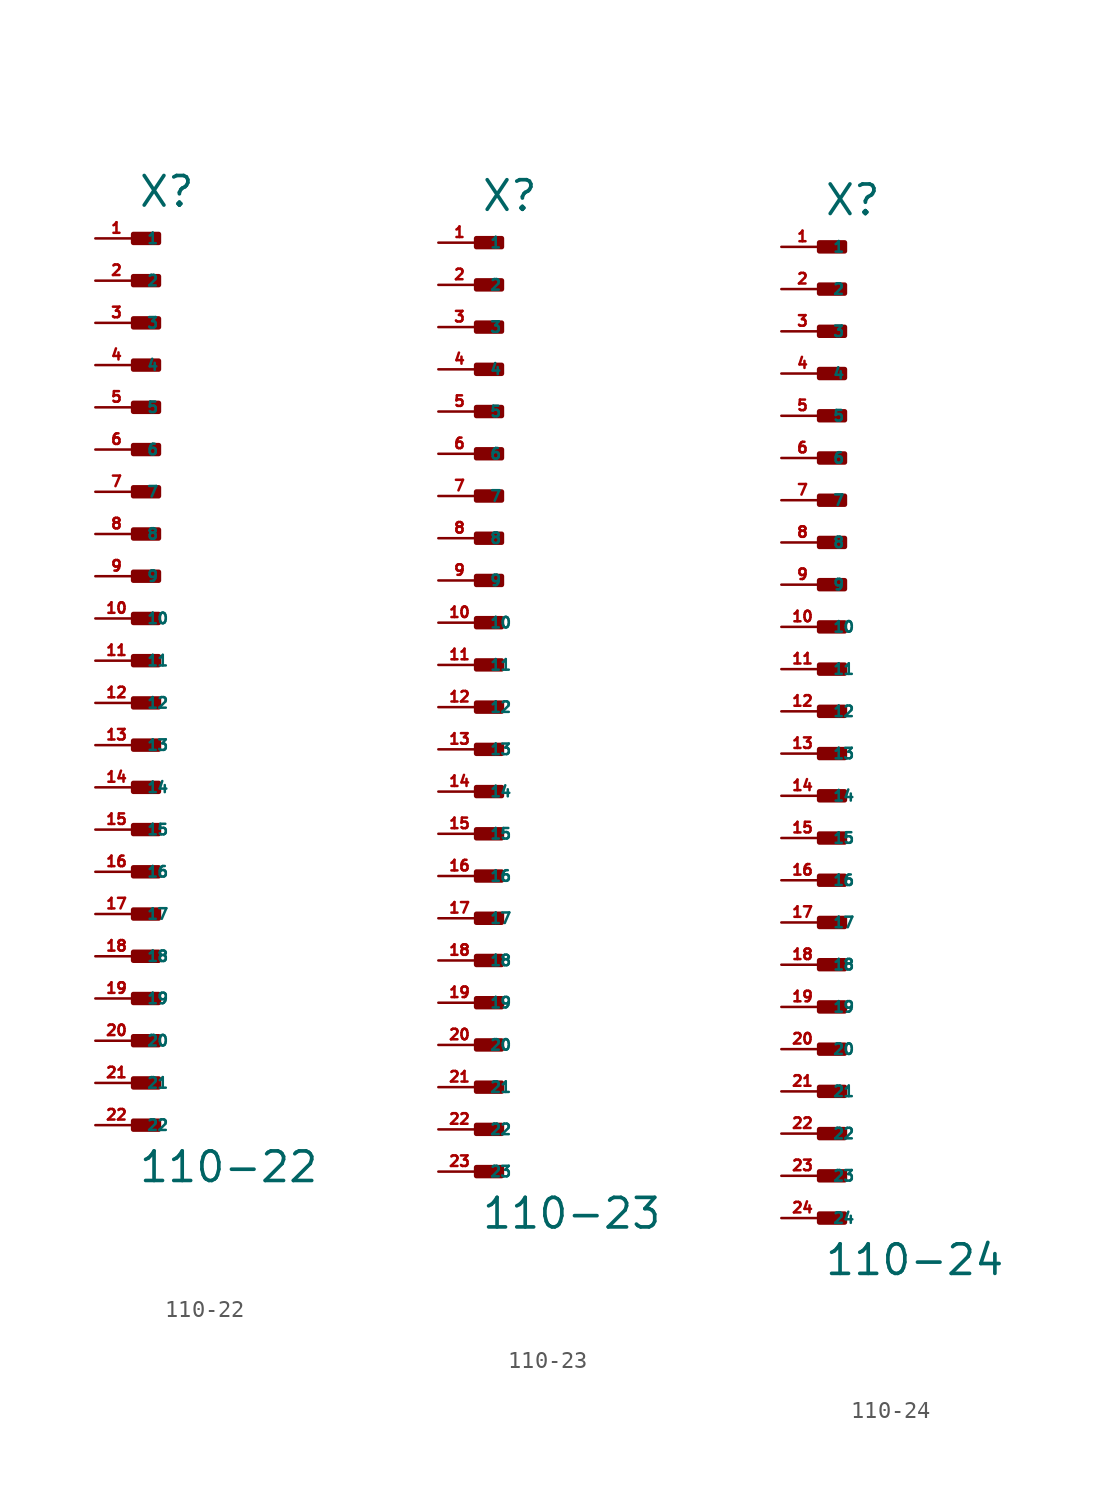
<source format=kicad_sym>
(kicad_symbol_lib
  (version 20220914)
  (generator Eagle2Kicad)
  (symbol "110-22"
    (property "Reference" "X"
      (at 0 27.178 0)
      (effects (font (size 1.778 1.778) (thickness 0.22)) (justify left bottom)))
    (property "Value" "110-22"
      (at 0 -31.496 0)
      (effects (font (size 1.778 1.778) (thickness 0.22)) (justify left bottom)))
    (rectangle
      (start -0.254 25.146)
      (end 1.27 25.654)
      (stroke (width 0.3) (type default))
      (fill (type outline)))
    (rectangle
      (start -0.254 22.606)
      (end 1.27 23.114)
      (stroke (width 0.3) (type default))
      (fill (type outline)))
    (rectangle
      (start -0.254 20.066)
      (end 1.27 20.574)
      (stroke (width 0.3) (type default))
      (fill (type outline)))
    (rectangle
      (start -0.254 17.526)
      (end 1.27 18.034)
      (stroke (width 0.3) (type default))
      (fill (type outline)))
    (rectangle
      (start -0.254 14.986)
      (end 1.27 15.494)
      (stroke (width 0.3) (type default))
      (fill (type outline)))
    (rectangle
      (start -0.254 12.446)
      (end 1.27 12.954)
      (stroke (width 0.3) (type default))
      (fill (type outline)))
    (rectangle
      (start -0.254 9.906)
      (end 1.27 10.414)
      (stroke (width 0.3) (type default))
      (fill (type outline)))
    (rectangle
      (start -0.254 7.366)
      (end 1.27 7.874)
      (stroke (width 0.3) (type default))
      (fill (type outline)))
    (rectangle
      (start -0.254 4.826)
      (end 1.27 5.334)
      (stroke (width 0.3) (type default))
      (fill (type outline)))
    (rectangle
      (start -0.254 2.286)
      (end 1.27 2.794)
      (stroke (width 0.3) (type default))
      (fill (type outline)))
    (rectangle
      (start -0.254 -0.254)
      (end 1.27 0.254)
      (stroke (width 0.3) (type default))
      (fill (type outline)))
    (rectangle
      (start -0.254 -2.794)
      (end 1.27 -2.286)
      (stroke (width 0.3) (type default))
      (fill (type outline)))
    (rectangle
      (start -0.254 -5.334)
      (end 1.27 -4.826)
      (stroke (width 0.3) (type default))
      (fill (type outline)))
    (rectangle
      (start -0.254 -7.874)
      (end 1.27 -7.366)
      (stroke (width 0.3) (type default))
      (fill (type outline)))
    (rectangle
      (start -0.254 -10.414)
      (end 1.27 -9.906)
      (stroke (width 0.3) (type default))
      (fill (type outline)))
    (rectangle
      (start -0.254 -12.954)
      (end 1.27 -12.446)
      (stroke (width 0.3) (type default))
      (fill (type outline)))
    (rectangle
      (start -0.254 -15.494)
      (end 1.27 -14.986)
      (stroke (width 0.3) (type default))
      (fill (type outline)))
    (rectangle
      (start -0.254 -18.034)
      (end 1.27 -17.526)
      (stroke (width 0.3) (type default))
      (fill (type outline)))
    (rectangle
      (start -0.254 -20.574)
      (end 1.27 -20.066)
      (stroke (width 0.3) (type default))
      (fill (type outline)))
    (rectangle
      (start -0.254 -23.114)
      (end 1.27 -22.606)
      (stroke (width 0.3) (type default))
      (fill (type outline)))
    (rectangle
      (start -0.254 -25.654)
      (end 1.27 -25.146)
      (stroke (width 0.3) (type default))
      (fill (type outline)))
    (rectangle
      (start -0.254 -28.194)
      (end 1.27 -27.686)
      (stroke (width 0.3) (type default))
      (fill (type outline)))
    (pin passive line
      (at -2.54 25.4 0)
      (length 2.54)
      (name "1" (effects (font (size 0.635 0.635) (thickness 0.08)) (justify left bottom)))
      (number "1" (effects (font (size 0.635 0.635) (thickness 0.08)) (justify left bottom))))
    (pin passive line
      (at -2.54 22.86 0)
      (length 2.54)
      (name "2" (effects (font (size 0.635 0.635) (thickness 0.08)) (justify left bottom)))
      (number "2" (effects (font (size 0.635 0.635) (thickness 0.08)) (justify left bottom))))
    (pin passive line
      (at -2.54 20.32 0)
      (length 2.54)
      (name "3" (effects (font (size 0.635 0.635) (thickness 0.08)) (justify left bottom)))
      (number "3" (effects (font (size 0.635 0.635) (thickness 0.08)) (justify left bottom))))
    (pin passive line
      (at -2.54 17.78 0)
      (length 2.54)
      (name "4" (effects (font (size 0.635 0.635) (thickness 0.08)) (justify left bottom)))
      (number "4" (effects (font (size 0.635 0.635) (thickness 0.08)) (justify left bottom))))
    (pin passive line
      (at -2.54 15.24 0)
      (length 2.54)
      (name "5" (effects (font (size 0.635 0.635) (thickness 0.08)) (justify left bottom)))
      (number "5" (effects (font (size 0.635 0.635) (thickness 0.08)) (justify left bottom))))
    (pin passive line
      (at -2.54 12.7 0)
      (length 2.54)
      (name "6" (effects (font (size 0.635 0.635) (thickness 0.08)) (justify left bottom)))
      (number "6" (effects (font (size 0.635 0.635) (thickness 0.08)) (justify left bottom))))
    (pin passive line
      (at -2.54 10.16 0)
      (length 2.54)
      (name "7" (effects (font (size 0.635 0.635) (thickness 0.08)) (justify left bottom)))
      (number "7" (effects (font (size 0.635 0.635) (thickness 0.08)) (justify left bottom))))
    (pin passive line
      (at -2.54 7.62 0)
      (length 2.54)
      (name "8" (effects (font (size 0.635 0.635) (thickness 0.08)) (justify left bottom)))
      (number "8" (effects (font (size 0.635 0.635) (thickness 0.08)) (justify left bottom))))
    (pin passive line
      (at -2.54 5.08 0)
      (length 2.54)
      (name "9" (effects (font (size 0.635 0.635) (thickness 0.08)) (justify left bottom)))
      (number "9" (effects (font (size 0.635 0.635) (thickness 0.08)) (justify left bottom))))
    (pin passive line
      (at -2.54 2.54 0)
      (length 2.54)
      (name "10" (effects (font (size 0.635 0.635) (thickness 0.08)) (justify left bottom)))
      (number "10" (effects (font (size 0.635 0.635) (thickness 0.08)) (justify left bottom))))
    (pin passive line
      (at -2.54 0 0)
      (length 2.54)
      (name "11" (effects (font (size 0.635 0.635) (thickness 0.08)) (justify left bottom)))
      (number "11" (effects (font (size 0.635 0.635) (thickness 0.08)) (justify left bottom))))
    (pin passive line
      (at -2.54 -2.54 0)
      (length 2.54)
      (name "12" (effects (font (size 0.635 0.635) (thickness 0.08)) (justify left bottom)))
      (number "12" (effects (font (size 0.635 0.635) (thickness 0.08)) (justify left bottom))))
    (pin passive line
      (at -2.54 -5.08 0)
      (length 2.54)
      (name "13" (effects (font (size 0.635 0.635) (thickness 0.08)) (justify left bottom)))
      (number "13" (effects (font (size 0.635 0.635) (thickness 0.08)) (justify left bottom))))
    (pin passive line
      (at -2.54 -7.62 0)
      (length 2.54)
      (name "14" (effects (font (size 0.635 0.635) (thickness 0.08)) (justify left bottom)))
      (number "14" (effects (font (size 0.635 0.635) (thickness 0.08)) (justify left bottom))))
    (pin passive line
      (at -2.54 -10.16 0)
      (length 2.54)
      (name "15" (effects (font (size 0.635 0.635) (thickness 0.08)) (justify left bottom)))
      (number "15" (effects (font (size 0.635 0.635) (thickness 0.08)) (justify left bottom))))
    (pin passive line
      (at -2.54 -12.7 0)
      (length 2.54)
      (name "16" (effects (font (size 0.635 0.635) (thickness 0.08)) (justify left bottom)))
      (number "16" (effects (font (size 0.635 0.635) (thickness 0.08)) (justify left bottom))))
    (pin passive line
      (at -2.54 -15.24 0)
      (length 2.54)
      (name "17" (effects (font (size 0.635 0.635) (thickness 0.08)) (justify left bottom)))
      (number "17" (effects (font (size 0.635 0.635) (thickness 0.08)) (justify left bottom))))
    (pin passive line
      (at -2.54 -17.78 0)
      (length 2.54)
      (name "18" (effects (font (size 0.635 0.635) (thickness 0.08)) (justify left bottom)))
      (number "18" (effects (font (size 0.635 0.635) (thickness 0.08)) (justify left bottom))))
    (pin passive line
      (at -2.54 -20.32 0)
      (length 2.54)
      (name "19" (effects (font (size 0.635 0.635) (thickness 0.08)) (justify left bottom)))
      (number "19" (effects (font (size 0.635 0.635) (thickness 0.08)) (justify left bottom))))
    (pin passive line
      (at -2.54 -22.86 0)
      (length 2.54)
      (name "20" (effects (font (size 0.635 0.635) (thickness 0.08)) (justify left bottom)))
      (number "20" (effects (font (size 0.635 0.635) (thickness 0.08)) (justify left bottom))))
    (pin passive line
      (at -2.54 -25.4 0)
      (length 2.54)
      (name "21" (effects (font (size 0.635 0.635) (thickness 0.08)) (justify left bottom)))
      (number "21" (effects (font (size 0.635 0.635) (thickness 0.08)) (justify left bottom))))
    (pin passive line
      (at -2.54 -27.94 0)
      (length 2.54)
      (name "22" (effects (font (size 0.635 0.635) (thickness 0.08)) (justify left bottom)))
      (number "22" (effects (font (size 0.635 0.635) (thickness 0.08)) (justify left bottom)))))
  (symbol "110-23"
    (property "Reference" "X"
      (at 0 27.178 0)
      (effects (font (size 1.778 1.778) (thickness 0.22)) (justify left bottom)))
    (property "Value" "110-23"
      (at 0 -34.036 0)
      (effects (font (size 1.778 1.778) (thickness 0.22)) (justify left bottom)))
    (rectangle
      (start -0.254 25.146)
      (end 1.27 25.654)
      (stroke (width 0.3) (type default))
      (fill (type outline)))
    (rectangle
      (start -0.254 22.606)
      (end 1.27 23.114)
      (stroke (width 0.3) (type default))
      (fill (type outline)))
    (rectangle
      (start -0.254 20.066)
      (end 1.27 20.574)
      (stroke (width 0.3) (type default))
      (fill (type outline)))
    (rectangle
      (start -0.254 17.526)
      (end 1.27 18.034)
      (stroke (width 0.3) (type default))
      (fill (type outline)))
    (rectangle
      (start -0.254 14.986)
      (end 1.27 15.494)
      (stroke (width 0.3) (type default))
      (fill (type outline)))
    (rectangle
      (start -0.254 12.446)
      (end 1.27 12.954)
      (stroke (width 0.3) (type default))
      (fill (type outline)))
    (rectangle
      (start -0.254 9.906)
      (end 1.27 10.414)
      (stroke (width 0.3) (type default))
      (fill (type outline)))
    (rectangle
      (start -0.254 7.366)
      (end 1.27 7.874)
      (stroke (width 0.3) (type default))
      (fill (type outline)))
    (rectangle
      (start -0.254 4.826)
      (end 1.27 5.334)
      (stroke (width 0.3) (type default))
      (fill (type outline)))
    (rectangle
      (start -0.254 2.286)
      (end 1.27 2.794)
      (stroke (width 0.3) (type default))
      (fill (type outline)))
    (rectangle
      (start -0.254 -0.254)
      (end 1.27 0.254)
      (stroke (width 0.3) (type default))
      (fill (type outline)))
    (rectangle
      (start -0.254 -2.794)
      (end 1.27 -2.286)
      (stroke (width 0.3) (type default))
      (fill (type outline)))
    (rectangle
      (start -0.254 -5.334)
      (end 1.27 -4.826)
      (stroke (width 0.3) (type default))
      (fill (type outline)))
    (rectangle
      (start -0.254 -7.874)
      (end 1.27 -7.366)
      (stroke (width 0.3) (type default))
      (fill (type outline)))
    (rectangle
      (start -0.254 -10.414)
      (end 1.27 -9.906)
      (stroke (width 0.3) (type default))
      (fill (type outline)))
    (rectangle
      (start -0.254 -12.954)
      (end 1.27 -12.446)
      (stroke (width 0.3) (type default))
      (fill (type outline)))
    (rectangle
      (start -0.254 -15.494)
      (end 1.27 -14.986)
      (stroke (width 0.3) (type default))
      (fill (type outline)))
    (rectangle
      (start -0.254 -18.034)
      (end 1.27 -17.526)
      (stroke (width 0.3) (type default))
      (fill (type outline)))
    (rectangle
      (start -0.254 -20.574)
      (end 1.27 -20.066)
      (stroke (width 0.3) (type default))
      (fill (type outline)))
    (rectangle
      (start -0.254 -23.114)
      (end 1.27 -22.606)
      (stroke (width 0.3) (type default))
      (fill (type outline)))
    (rectangle
      (start -0.254 -25.654)
      (end 1.27 -25.146)
      (stroke (width 0.3) (type default))
      (fill (type outline)))
    (rectangle
      (start -0.254 -28.194)
      (end 1.27 -27.686)
      (stroke (width 0.3) (type default))
      (fill (type outline)))
    (rectangle
      (start -0.254 -30.734)
      (end 1.27 -30.226)
      (stroke (width 0.3) (type default))
      (fill (type outline)))
    (pin passive line
      (at -2.54 25.4 0)
      (length 2.54)
      (name "1" (effects (font (size 0.635 0.635) (thickness 0.08)) (justify left bottom)))
      (number "1" (effects (font (size 0.635 0.635) (thickness 0.08)) (justify left bottom))))
    (pin passive line
      (at -2.54 22.86 0)
      (length 2.54)
      (name "2" (effects (font (size 0.635 0.635) (thickness 0.08)) (justify left bottom)))
      (number "2" (effects (font (size 0.635 0.635) (thickness 0.08)) (justify left bottom))))
    (pin passive line
      (at -2.54 20.32 0)
      (length 2.54)
      (name "3" (effects (font (size 0.635 0.635) (thickness 0.08)) (justify left bottom)))
      (number "3" (effects (font (size 0.635 0.635) (thickness 0.08)) (justify left bottom))))
    (pin passive line
      (at -2.54 17.78 0)
      (length 2.54)
      (name "4" (effects (font (size 0.635 0.635) (thickness 0.08)) (justify left bottom)))
      (number "4" (effects (font (size 0.635 0.635) (thickness 0.08)) (justify left bottom))))
    (pin passive line
      (at -2.54 15.24 0)
      (length 2.54)
      (name "5" (effects (font (size 0.635 0.635) (thickness 0.08)) (justify left bottom)))
      (number "5" (effects (font (size 0.635 0.635) (thickness 0.08)) (justify left bottom))))
    (pin passive line
      (at -2.54 12.7 0)
      (length 2.54)
      (name "6" (effects (font (size 0.635 0.635) (thickness 0.08)) (justify left bottom)))
      (number "6" (effects (font (size 0.635 0.635) (thickness 0.08)) (justify left bottom))))
    (pin passive line
      (at -2.54 10.16 0)
      (length 2.54)
      (name "7" (effects (font (size 0.635 0.635) (thickness 0.08)) (justify left bottom)))
      (number "7" (effects (font (size 0.635 0.635) (thickness 0.08)) (justify left bottom))))
    (pin passive line
      (at -2.54 7.62 0)
      (length 2.54)
      (name "8" (effects (font (size 0.635 0.635) (thickness 0.08)) (justify left bottom)))
      (number "8" (effects (font (size 0.635 0.635) (thickness 0.08)) (justify left bottom))))
    (pin passive line
      (at -2.54 5.08 0)
      (length 2.54)
      (name "9" (effects (font (size 0.635 0.635) (thickness 0.08)) (justify left bottom)))
      (number "9" (effects (font (size 0.635 0.635) (thickness 0.08)) (justify left bottom))))
    (pin passive line
      (at -2.54 2.54 0)
      (length 2.54)
      (name "10" (effects (font (size 0.635 0.635) (thickness 0.08)) (justify left bottom)))
      (number "10" (effects (font (size 0.635 0.635) (thickness 0.08)) (justify left bottom))))
    (pin passive line
      (at -2.54 0 0)
      (length 2.54)
      (name "11" (effects (font (size 0.635 0.635) (thickness 0.08)) (justify left bottom)))
      (number "11" (effects (font (size 0.635 0.635) (thickness 0.08)) (justify left bottom))))
    (pin passive line
      (at -2.54 -2.54 0)
      (length 2.54)
      (name "12" (effects (font (size 0.635 0.635) (thickness 0.08)) (justify left bottom)))
      (number "12" (effects (font (size 0.635 0.635) (thickness 0.08)) (justify left bottom))))
    (pin passive line
      (at -2.54 -5.08 0)
      (length 2.54)
      (name "13" (effects (font (size 0.635 0.635) (thickness 0.08)) (justify left bottom)))
      (number "13" (effects (font (size 0.635 0.635) (thickness 0.08)) (justify left bottom))))
    (pin passive line
      (at -2.54 -7.62 0)
      (length 2.54)
      (name "14" (effects (font (size 0.635 0.635) (thickness 0.08)) (justify left bottom)))
      (number "14" (effects (font (size 0.635 0.635) (thickness 0.08)) (justify left bottom))))
    (pin passive line
      (at -2.54 -10.16 0)
      (length 2.54)
      (name "15" (effects (font (size 0.635 0.635) (thickness 0.08)) (justify left bottom)))
      (number "15" (effects (font (size 0.635 0.635) (thickness 0.08)) (justify left bottom))))
    (pin passive line
      (at -2.54 -12.7 0)
      (length 2.54)
      (name "16" (effects (font (size 0.635 0.635) (thickness 0.08)) (justify left bottom)))
      (number "16" (effects (font (size 0.635 0.635) (thickness 0.08)) (justify left bottom))))
    (pin passive line
      (at -2.54 -15.24 0)
      (length 2.54)
      (name "17" (effects (font (size 0.635 0.635) (thickness 0.08)) (justify left bottom)))
      (number "17" (effects (font (size 0.635 0.635) (thickness 0.08)) (justify left bottom))))
    (pin passive line
      (at -2.54 -17.78 0)
      (length 2.54)
      (name "18" (effects (font (size 0.635 0.635) (thickness 0.08)) (justify left bottom)))
      (number "18" (effects (font (size 0.635 0.635) (thickness 0.08)) (justify left bottom))))
    (pin passive line
      (at -2.54 -20.32 0)
      (length 2.54)
      (name "19" (effects (font (size 0.635 0.635) (thickness 0.08)) (justify left bottom)))
      (number "19" (effects (font (size 0.635 0.635) (thickness 0.08)) (justify left bottom))))
    (pin passive line
      (at -2.54 -22.86 0)
      (length 2.54)
      (name "20" (effects (font (size 0.635 0.635) (thickness 0.08)) (justify left bottom)))
      (number "20" (effects (font (size 0.635 0.635) (thickness 0.08)) (justify left bottom))))
    (pin passive line
      (at -2.54 -25.4 0)
      (length 2.54)
      (name "21" (effects (font (size 0.635 0.635) (thickness 0.08)) (justify left bottom)))
      (number "21" (effects (font (size 0.635 0.635) (thickness 0.08)) (justify left bottom))))
    (pin passive line
      (at -2.54 -27.94 0)
      (length 2.54)
      (name "22" (effects (font (size 0.635 0.635) (thickness 0.08)) (justify left bottom)))
      (number "22" (effects (font (size 0.635 0.635) (thickness 0.08)) (justify left bottom))))
    (pin passive line
      (at -2.54 -30.48 0)
      (length 2.54)
      (name "23" (effects (font (size 0.635 0.635) (thickness 0.08)) (justify left bottom)))
      (number "23" (effects (font (size 0.635 0.635) (thickness 0.08)) (justify left bottom)))))
  (symbol "110-24"
    (property "Reference" "X"
      (at 0 29.718 0)
      (effects (font (size 1.778 1.778) (thickness 0.22)) (justify left bottom)))
    (property "Value" "110-24"
      (at 0 -34.036 0)
      (effects (font (size 1.778 1.778) (thickness 0.22)) (justify left bottom)))
    (rectangle
      (start -0.254 27.686)
      (end 1.27 28.194)
      (stroke (width 0.3) (type default))
      (fill (type outline)))
    (rectangle
      (start -0.254 25.146)
      (end 1.27 25.654)
      (stroke (width 0.3) (type default))
      (fill (type outline)))
    (rectangle
      (start -0.254 22.606)
      (end 1.27 23.114)
      (stroke (width 0.3) (type default))
      (fill (type outline)))
    (rectangle
      (start -0.254 20.066)
      (end 1.27 20.574)
      (stroke (width 0.3) (type default))
      (fill (type outline)))
    (rectangle
      (start -0.254 17.526)
      (end 1.27 18.034)
      (stroke (width 0.3) (type default))
      (fill (type outline)))
    (rectangle
      (start -0.254 14.986)
      (end 1.27 15.494)
      (stroke (width 0.3) (type default))
      (fill (type outline)))
    (rectangle
      (start -0.254 12.446)
      (end 1.27 12.954)
      (stroke (width 0.3) (type default))
      (fill (type outline)))
    (rectangle
      (start -0.254 9.906)
      (end 1.27 10.414)
      (stroke (width 0.3) (type default))
      (fill (type outline)))
    (rectangle
      (start -0.254 7.366)
      (end 1.27 7.874)
      (stroke (width 0.3) (type default))
      (fill (type outline)))
    (rectangle
      (start -0.254 4.826)
      (end 1.27 5.334)
      (stroke (width 0.3) (type default))
      (fill (type outline)))
    (rectangle
      (start -0.254 2.286)
      (end 1.27 2.794)
      (stroke (width 0.3) (type default))
      (fill (type outline)))
    (rectangle
      (start -0.254 -0.254)
      (end 1.27 0.254)
      (stroke (width 0.3) (type default))
      (fill (type outline)))
    (rectangle
      (start -0.254 -2.794)
      (end 1.27 -2.286)
      (stroke (width 0.3) (type default))
      (fill (type outline)))
    (rectangle
      (start -0.254 -5.334)
      (end 1.27 -4.826)
      (stroke (width 0.3) (type default))
      (fill (type outline)))
    (rectangle
      (start -0.254 -7.874)
      (end 1.27 -7.366)
      (stroke (width 0.3) (type default))
      (fill (type outline)))
    (rectangle
      (start -0.254 -10.414)
      (end 1.27 -9.906)
      (stroke (width 0.3) (type default))
      (fill (type outline)))
    (rectangle
      (start -0.254 -12.954)
      (end 1.27 -12.446)
      (stroke (width 0.3) (type default))
      (fill (type outline)))
    (rectangle
      (start -0.254 -15.494)
      (end 1.27 -14.986)
      (stroke (width 0.3) (type default))
      (fill (type outline)))
    (rectangle
      (start -0.254 -18.034)
      (end 1.27 -17.526)
      (stroke (width 0.3) (type default))
      (fill (type outline)))
    (rectangle
      (start -0.254 -20.574)
      (end 1.27 -20.066)
      (stroke (width 0.3) (type default))
      (fill (type outline)))
    (rectangle
      (start -0.254 -23.114)
      (end 1.27 -22.606)
      (stroke (width 0.3) (type default))
      (fill (type outline)))
    (rectangle
      (start -0.254 -25.654)
      (end 1.27 -25.146)
      (stroke (width 0.3) (type default))
      (fill (type outline)))
    (rectangle
      (start -0.254 -28.194)
      (end 1.27 -27.686)
      (stroke (width 0.3) (type default))
      (fill (type outline)))
    (rectangle
      (start -0.254 -30.734)
      (end 1.27 -30.226)
      (stroke (width 0.3) (type default))
      (fill (type outline)))
    (pin passive line
      (at -2.54 27.94 0)
      (length 2.54)
      (name "1" (effects (font (size 0.635 0.635) (thickness 0.08)) (justify left bottom)))
      (number "1" (effects (font (size 0.635 0.635) (thickness 0.08)) (justify left bottom))))
    (pin passive line
      (at -2.54 25.4 0)
      (length 2.54)
      (name "2" (effects (font (size 0.635 0.635) (thickness 0.08)) (justify left bottom)))
      (number "2" (effects (font (size 0.635 0.635) (thickness 0.08)) (justify left bottom))))
    (pin passive line
      (at -2.54 22.86 0)
      (length 2.54)
      (name "3" (effects (font (size 0.635 0.635) (thickness 0.08)) (justify left bottom)))
      (number "3" (effects (font (size 0.635 0.635) (thickness 0.08)) (justify left bottom))))
    (pin passive line
      (at -2.54 20.32 0)
      (length 2.54)
      (name "4" (effects (font (size 0.635 0.635) (thickness 0.08)) (justify left bottom)))
      (number "4" (effects (font (size 0.635 0.635) (thickness 0.08)) (justify left bottom))))
    (pin passive line
      (at -2.54 17.78 0)
      (length 2.54)
      (name "5" (effects (font (size 0.635 0.635) (thickness 0.08)) (justify left bottom)))
      (number "5" (effects (font (size 0.635 0.635) (thickness 0.08)) (justify left bottom))))
    (pin passive line
      (at -2.54 15.24 0)
      (length 2.54)
      (name "6" (effects (font (size 0.635 0.635) (thickness 0.08)) (justify left bottom)))
      (number "6" (effects (font (size 0.635 0.635) (thickness 0.08)) (justify left bottom))))
    (pin passive line
      (at -2.54 12.7 0)
      (length 2.54)
      (name "7" (effects (font (size 0.635 0.635) (thickness 0.08)) (justify left bottom)))
      (number "7" (effects (font (size 0.635 0.635) (thickness 0.08)) (justify left bottom))))
    (pin passive line
      (at -2.54 10.16 0)
      (length 2.54)
      (name "8" (effects (font (size 0.635 0.635) (thickness 0.08)) (justify left bottom)))
      (number "8" (effects (font (size 0.635 0.635) (thickness 0.08)) (justify left bottom))))
    (pin passive line
      (at -2.54 7.62 0)
      (length 2.54)
      (name "9" (effects (font (size 0.635 0.635) (thickness 0.08)) (justify left bottom)))
      (number "9" (effects (font (size 0.635 0.635) (thickness 0.08)) (justify left bottom))))
    (pin passive line
      (at -2.54 5.08 0)
      (length 2.54)
      (name "10" (effects (font (size 0.635 0.635) (thickness 0.08)) (justify left bottom)))
      (number "10" (effects (font (size 0.635 0.635) (thickness 0.08)) (justify left bottom))))
    (pin passive line
      (at -2.54 2.54 0)
      (length 2.54)
      (name "11" (effects (font (size 0.635 0.635) (thickness 0.08)) (justify left bottom)))
      (number "11" (effects (font (size 0.635 0.635) (thickness 0.08)) (justify left bottom))))
    (pin passive line
      (at -2.54 0 0)
      (length 2.54)
      (name "12" (effects (font (size 0.635 0.635) (thickness 0.08)) (justify left bottom)))
      (number "12" (effects (font (size 0.635 0.635) (thickness 0.08)) (justify left bottom))))
    (pin passive line
      (at -2.54 -2.54 0)
      (length 2.54)
      (name "13" (effects (font (size 0.635 0.635) (thickness 0.08)) (justify left bottom)))
      (number "13" (effects (font (size 0.635 0.635) (thickness 0.08)) (justify left bottom))))
    (pin passive line
      (at -2.54 -5.08 0)
      (length 2.54)
      (name "14" (effects (font (size 0.635 0.635) (thickness 0.08)) (justify left bottom)))
      (number "14" (effects (font (size 0.635 0.635) (thickness 0.08)) (justify left bottom))))
    (pin passive line
      (at -2.54 -7.62 0)
      (length 2.54)
      (name "15" (effects (font (size 0.635 0.635) (thickness 0.08)) (justify left bottom)))
      (number "15" (effects (font (size 0.635 0.635) (thickness 0.08)) (justify left bottom))))
    (pin passive line
      (at -2.54 -10.16 0)
      (length 2.54)
      (name "16" (effects (font (size 0.635 0.635) (thickness 0.08)) (justify left bottom)))
      (number "16" (effects (font (size 0.635 0.635) (thickness 0.08)) (justify left bottom))))
    (pin passive line
      (at -2.54 -12.7 0)
      (length 2.54)
      (name "17" (effects (font (size 0.635 0.635) (thickness 0.08)) (justify left bottom)))
      (number "17" (effects (font (size 0.635 0.635) (thickness 0.08)) (justify left bottom))))
    (pin passive line
      (at -2.54 -15.24 0)
      (length 2.54)
      (name "18" (effects (font (size 0.635 0.635) (thickness 0.08)) (justify left bottom)))
      (number "18" (effects (font (size 0.635 0.635) (thickness 0.08)) (justify left bottom))))
    (pin passive line
      (at -2.54 -17.78 0)
      (length 2.54)
      (name "19" (effects (font (size 0.635 0.635) (thickness 0.08)) (justify left bottom)))
      (number "19" (effects (font (size 0.635 0.635) (thickness 0.08)) (justify left bottom))))
    (pin passive line
      (at -2.54 -20.32 0)
      (length 2.54)
      (name "20" (effects (font (size 0.635 0.635) (thickness 0.08)) (justify left bottom)))
      (number "20" (effects (font (size 0.635 0.635) (thickness 0.08)) (justify left bottom))))
    (pin passive line
      (at -2.54 -22.86 0)
      (length 2.54)
      (name "21" (effects (font (size 0.635 0.635) (thickness 0.08)) (justify left bottom)))
      (number "21" (effects (font (size 0.635 0.635) (thickness 0.08)) (justify left bottom))))
    (pin passive line
      (at -2.54 -25.4 0)
      (length 2.54)
      (name "22" (effects (font (size 0.635 0.635) (thickness 0.08)) (justify left bottom)))
      (number "22" (effects (font (size 0.635 0.635) (thickness 0.08)) (justify left bottom))))
    (pin passive line
      (at -2.54 -27.94 0)
      (length 2.54)
      (name "23" (effects (font (size 0.635 0.635) (thickness 0.08)) (justify left bottom)))
      (number "23" (effects (font (size 0.635 0.635) (thickness 0.08)) (justify left bottom))))
    (pin passive line
      (at -2.54 -30.48 0)
      (length 2.54)
      (name "24" (effects (font (size 0.635 0.635) (thickness 0.08)) (justify left bottom)))
      (number "24" (effects (font (size 0.635 0.635) (thickness 0.08)) (justify left bottom))))))
</source>
